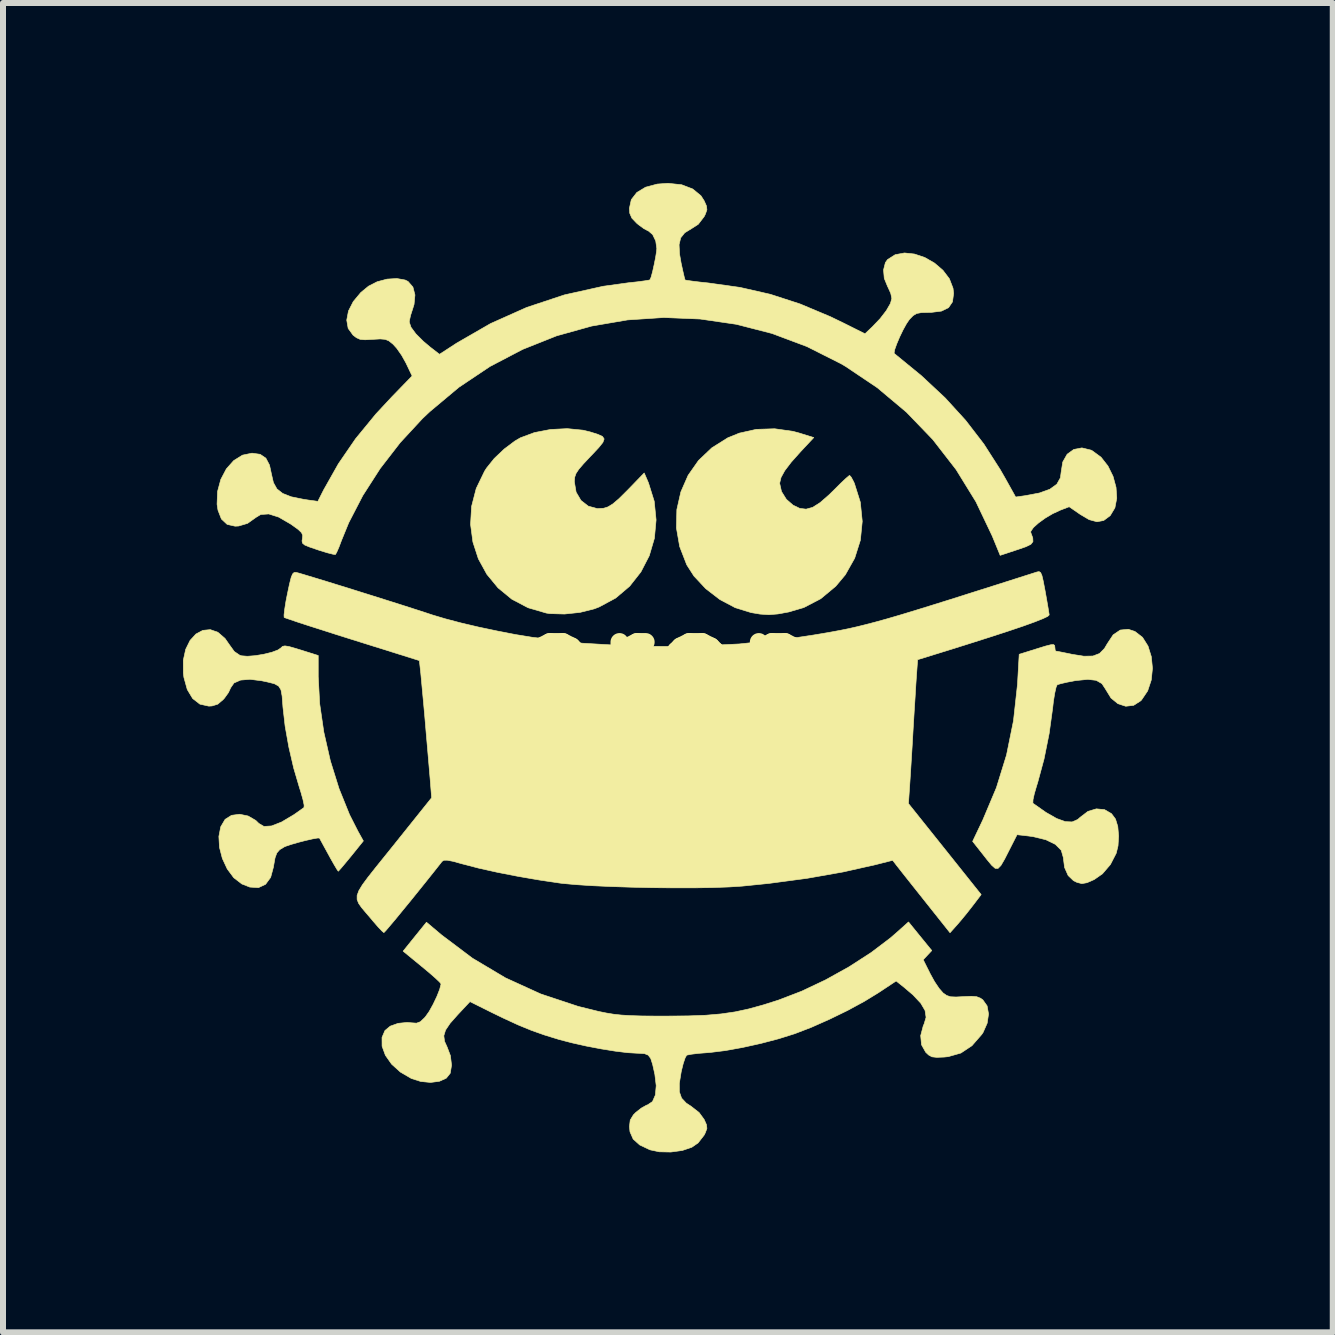
<source format=kicad_pcb>
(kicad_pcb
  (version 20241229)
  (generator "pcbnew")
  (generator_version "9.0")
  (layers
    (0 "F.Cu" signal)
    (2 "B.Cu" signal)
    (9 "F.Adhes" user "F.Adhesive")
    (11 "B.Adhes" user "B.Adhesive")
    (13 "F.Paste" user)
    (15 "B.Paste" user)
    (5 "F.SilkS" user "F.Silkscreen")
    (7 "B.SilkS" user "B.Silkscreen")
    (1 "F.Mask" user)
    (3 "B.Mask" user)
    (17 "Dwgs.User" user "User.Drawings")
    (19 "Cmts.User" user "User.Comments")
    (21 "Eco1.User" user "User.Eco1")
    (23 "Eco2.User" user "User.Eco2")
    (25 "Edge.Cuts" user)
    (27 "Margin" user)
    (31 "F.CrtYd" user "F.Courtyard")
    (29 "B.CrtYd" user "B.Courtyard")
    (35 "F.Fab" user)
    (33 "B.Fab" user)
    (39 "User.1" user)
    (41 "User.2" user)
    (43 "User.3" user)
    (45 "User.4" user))
  (footprint "corona"
    (layer "F.Cu")
    (at 8.11 7.978)
    (property "Reference" "corona" (at 0 0 0) (layer "F.SilkS") (effects (font (size 1.524 1.524) (thickness 0.3))))
    (attr through_hole)
    (fp_poly (pts (xy 2.056 -3.839) (xy 2.163 -3.81) (xy 2.403 -3.735) (xy 2.186 -3.503) (xy 2.027 -3.325) (xy 1.919 -3.183) (xy 1.857 -3.07) (xy 1.835 -2.978) (xy 1.835 -2.97) (xy 1.865 -2.836) (xy 1.946 -2.706) (xy 2.057 -2.609) (xy 2.169 -2.555) (xy 2.275 -2.542) (xy 2.385 -2.572) (xy 2.509 -2.651) (xy 2.658 -2.781) (xy 2.751 -2.872) (xy 2.853 -2.974) (xy 2.937 -3.053) (xy 2.99 -3.098) (xy 3.001 -3.104) (xy 3.027 -3.075) (xy 3.066 -3.002) (xy 3.08 -2.972) (xy 3.179 -2.658) (xy 3.211 -2.339) (xy 3.18 -2.025) (xy 3.085 -1.725) (xy 2.929 -1.448) (xy 2.769 -1.257) (xy 2.519 -1.049) (xy 2.239 -0.903) (xy 1.985 -0.828) (xy 1.803 -0.795) (xy 1.655 -0.783) (xy 1.507 -0.793) (xy 1.359 -0.818) (xy 1.095 -0.899) (xy 0.837 -1.036) (xy 0.602 -1.217) (xy 0.406 -1.427) (xy 0.286 -1.614) (xy 0.168 -1.919) (xy 0.114 -2.229) (xy 0.121 -2.535) (xy 0.188 -2.83) (xy 0.309 -3.106) (xy 0.482 -3.353) (xy 0.704 -3.564) (xy 0.97 -3.731) (xy 1.162 -3.809) (xy 1.445 -3.872) (xy 1.751 -3.882) (xy 2.056 -3.839)) (stroke (width 0.01) (type solid)) (fill yes) (layer "F.SilkS"))
    (fp_poly (pts (xy -1.442 -3.858) (xy -1.323 -3.829) (xy -1.196 -3.789) (xy -1.119 -3.754) (xy -1.091 -3.712) (xy -1.112 -3.654) (xy -1.181 -3.568) (xy -1.299 -3.442) (xy -1.316 -3.425) (xy -1.436 -3.297) (xy -1.514 -3.206) (xy -1.56 -3.136) (xy -1.581 -3.076) (xy -1.587 -3.01) (xy -1.587 -2.996) (xy -1.558 -2.825) (xy -1.477 -2.687) (xy -1.355 -2.592) (xy -1.204 -2.551) (xy -1.099 -2.557) (xy -1.026 -2.58) (xy -0.945 -2.63) (xy -0.845 -2.715) (xy -0.713 -2.846) (xy -0.697 -2.862) (xy -0.423 -3.145) (xy -0.352 -2.98) (xy -0.256 -2.673) (xy -0.225 -2.362) (xy -0.253 -2.057) (xy -0.339 -1.765) (xy -0.478 -1.496) (xy -0.665 -1.258) (xy -0.899 -1.06) (xy -1.174 -0.912) (xy -1.257 -0.88) (xy -1.494 -0.821) (xy -1.751 -0.794) (xy -1.993 -0.801) (xy -2.054 -0.81) (xy -2.359 -0.899) (xy -2.629 -1.041) (xy -2.859 -1.23) (xy -3.046 -1.457) (xy -3.187 -1.714) (xy -3.278 -1.994) (xy -3.317 -2.288) (xy -3.3 -2.588) (xy -3.223 -2.886) (xy -3.084 -3.174) (xy -3.051 -3.226) (xy -2.922 -3.387) (xy -2.755 -3.545) (xy -2.578 -3.678) (xy -2.487 -3.731) (xy -2.254 -3.818) (xy -1.985 -3.87) (xy -1.705 -3.884) (xy -1.442 -3.858)) (stroke (width 0.01) (type solid)) (fill yes) (layer "F.SilkS"))
    (fp_poly (pts (xy 7.755 -0.504) (xy 7.882 -0.406) (xy 7.974 -0.26) (xy 8.029 -0.083) (xy 8.048 0.111) (xy 8.028 0.306) (xy 7.968 0.487) (xy 7.866 0.638) (xy 7.853 0.652) (xy 7.734 0.728) (xy 7.603 0.743) (xy 7.473 0.701) (xy 7.357 0.606) (xy 7.269 0.463) (xy 7.268 0.461) (xy 7.206 0.366) (xy 7.11 0.311) (xy 6.971 0.295) (xy 6.779 0.314) (xy 6.758 0.317) (xy 6.627 0.342) (xy 6.522 0.366) (xy 6.463 0.384) (xy 6.46 0.385) (xy 6.441 0.429) (xy 6.419 0.526) (xy 6.397 0.663) (xy 6.384 0.778) (xy 6.326 1.199) (xy 6.241 1.622) (xy 6.135 2.014) (xy 6.116 2.074) (xy 6.079 2.201) (xy 6.057 2.301) (xy 6.055 2.356) (xy 6.057 2.361) (xy 6.274 2.513) (xy 6.451 2.614) (xy 6.594 2.666) (xy 6.709 2.671) (xy 6.803 2.63) (xy 6.843 2.594) (xy 6.973 2.495) (xy 7.113 2.453) (xy 7.249 2.466) (xy 7.365 2.533) (xy 7.432 2.623) (xy 7.47 2.747) (xy 7.484 2.907) (xy 7.474 3.07) (xy 7.444 3.193) (xy 7.347 3.381) (xy 7.215 3.535) (xy 7.076 3.632) (xy 6.957 3.684) (xy 6.871 3.699) (xy 6.791 3.679) (xy 6.733 3.651) (xy 6.643 3.565) (xy 6.583 3.43) (xy 6.562 3.264) (xy 6.562 3.263) (xy 6.528 3.144) (xy 6.43 3.045) (xy 6.272 2.968) (xy 6.058 2.916) (xy 5.985 2.906) (xy 5.791 2.884) (xy 5.668 3.126) (xy 5.584 3.291) (xy 5.523 3.396) (xy 5.474 3.446) (xy 5.426 3.444) (xy 5.368 3.393) (xy 5.288 3.296) (xy 5.249 3.246) (xy 5.051 2.995) (xy 5.222 2.635) (xy 5.447 2.101) (xy 5.616 1.555) (xy 5.732 0.984) (xy 5.799 0.373) (xy 5.804 0.282) (xy 5.827 -0.123) (xy 6.124 -0.216) (xy 6.266 -0.26) (xy 6.353 -0.282) (xy 6.399 -0.285) (xy 6.418 -0.27) (xy 6.421 -0.243) (xy 6.427 -0.188) (xy 6.436 -0.176) (xy 6.475 -0.17) (xy 6.565 -0.152) (xy 6.688 -0.127) (xy 6.704 -0.123) (xy 6.905 -0.091) (xy 7.055 -0.094) (xy 7.166 -0.136) (xy 7.249 -0.221) (xy 7.296 -0.301) (xy 7.393 -0.447) (xy 7.511 -0.527) (xy 7.645 -0.54) (xy 7.755 -0.504)) (stroke (width 0.01) (type solid)) (fill yes) (layer "F.SilkS"))
    (fp_poly (pts (xy -7.529 -0.49) (xy -7.409 -0.386) (xy -7.338 -0.284) (xy -7.255 -0.169) (xy -7.165 -0.108) (xy -7.135 -0.098) (xy -7.037 -0.09) (xy -6.906 -0.1) (xy -6.762 -0.124) (xy -6.628 -0.157) (xy -6.525 -0.196) (xy -6.477 -0.23) (xy -6.451 -0.255) (xy -6.411 -0.263) (xy -6.342 -0.252) (xy -6.23 -0.22) (xy -6.146 -0.194) (xy -5.856 -0.103) (xy -5.856 0.253) (xy -5.832 0.701) (xy -5.763 1.174) (xy -5.654 1.653) (xy -5.509 2.117) (xy -5.335 2.548) (xy -5.194 2.826) (xy -5.104 2.988) (xy -5.307 3.24) (xy -5.398 3.35) (xy -5.47 3.436) (xy -5.514 3.485) (xy -5.522 3.493) (xy -5.543 3.464) (xy -5.589 3.387) (xy -5.652 3.276) (xy -5.683 3.219) (xy -5.75 3.097) (xy -5.802 3.001) (xy -5.832 2.947) (xy -5.836 2.939) (xy -5.872 2.94) (xy -5.956 2.955) (xy -6.069 2.981) (xy -6.193 3.013) (xy -6.307 3.046) (xy -6.393 3.075) (xy -6.42 3.086) (xy -6.498 3.133) (xy -6.546 3.188) (xy -6.576 3.27) (xy -6.599 3.399) (xy -6.602 3.421) (xy -6.649 3.595) (xy -6.734 3.711) (xy -6.852 3.766) (xy -6.997 3.757) (xy -7.129 3.705) (xy -7.264 3.601) (xy -7.373 3.454) (xy -7.454 3.28) (xy -7.502 3.095) (xy -7.512 2.913) (xy -7.481 2.752) (xy -7.408 2.628) (xy -7.301 2.561) (xy -7.166 2.543) (xy -7.025 2.572) (xy -6.897 2.646) (xy -6.846 2.696) (xy -6.761 2.746) (xy -6.634 2.738) (xy -6.468 2.673) (xy -6.261 2.55) (xy -6.093 2.431) (xy -6.091 2.391) (xy -6.11 2.3) (xy -6.145 2.175) (xy -6.17 2.096) (xy -6.265 1.774) (xy -6.346 1.424) (xy -6.408 1.075) (xy -6.444 0.757) (xy -6.446 0.73) (xy -6.458 0.573) (xy -6.477 0.47) (xy -6.516 0.407) (xy -6.589 0.367) (xy -6.71 0.337) (xy -6.801 0.318) (xy -6.994 0.294) (xy -7.15 0.307) (xy -7.26 0.355) (xy -7.316 0.436) (xy -7.316 0.437) (xy -7.353 0.516) (xy -7.42 0.609) (xy -7.44 0.631) (xy -7.53 0.708) (xy -7.626 0.738) (xy -7.68 0.741) (xy -7.828 0.708) (xy -7.949 0.614) (xy -8.039 0.464) (xy -8.095 0.262) (xy -8.104 0.191) (xy -8.105 -0.023) (xy -8.065 -0.206) (xy -7.992 -0.354) (xy -7.894 -0.461) (xy -7.779 -0.522) (xy -7.655 -0.534) (xy -7.529 -0.49)) (stroke (width 0.01) (type solid)) (fill yes) (layer "F.SilkS"))
    (fp_poly (pts (xy 6.184 -1.485) (xy 6.206 -1.435) (xy 6.228 -1.341) (xy 6.257 -1.19) (xy 6.26 -1.174) (xy 6.287 -1.021) (xy 6.309 -0.893) (xy 6.323 -0.805) (xy 6.327 -0.779) (xy 6.302 -0.755) (xy 6.222 -0.717) (xy 6.086 -0.663) (xy 5.892 -0.593) (xy 5.637 -0.507) (xy 5.32 -0.404) (xy 4.939 -0.283) (xy 4.493 -0.144) (xy 4.422 -0.122) (xy 4.134 -0.033) (xy 4.113 0.257) (xy 4.104 0.393) (xy 4.093 0.58) (xy 4.079 0.798) (xy 4.065 1.028) (xy 4.057 1.164) (xy 4.044 1.392) (xy 4.03 1.62) (xy 4.017 1.829) (xy 4.006 1.998) (xy 4.001 2.073) (xy 3.981 2.365) (xy 4.587 3.123) (xy 5.193 3.882) (xy 5.053 4.066) (xy 4.956 4.19) (xy 4.854 4.314) (xy 4.793 4.385) (xy 4.674 4.518) (xy 4.251 3.986) (xy 4.115 3.815) (xy 3.992 3.66) (xy 3.888 3.529) (xy 3.813 3.433) (xy 3.773 3.383) (xy 3.773 3.382) (xy 3.718 3.311) (xy 3.438 3.382) (xy 2.891 3.505) (xy 2.291 3.611) (xy 1.653 3.696) (xy 1.21 3.741) (xy 0.993 3.755) (xy 0.721 3.765) (xy 0.409 3.77) (xy 0.07 3.77) (xy -0.283 3.767) (xy -0.636 3.759) (xy -0.976 3.748) (xy -1.289 3.734) (xy -1.563 3.716) (xy -1.783 3.696) (xy -1.831 3.69) (xy -2.173 3.639) (xy -2.526 3.578) (xy -2.869 3.511) (xy -3.183 3.441) (xy -3.448 3.372) (xy -3.457 3.37) (xy -3.608 3.328) (xy -3.706 3.309) (xy -3.763 3.31) (xy -3.792 3.329) (xy -3.908 3.476) (xy -4.038 3.639) (xy -4.176 3.811) (xy -4.314 3.982) (xy -4.446 4.143) (xy -4.563 4.286) (xy -4.66 4.401) (xy -4.728 4.481) (xy -4.761 4.515) (xy -4.762 4.516) (xy -4.793 4.49) (xy -4.857 4.423) (xy -4.942 4.325) (xy -4.976 4.284) (xy -5.065 4.18) (xy -5.134 4.098) (xy -5.183 4.028) (xy -5.208 3.964) (xy -5.208 3.896) (xy -5.179 3.817) (xy -5.119 3.718) (xy -5.026 3.592) (xy -4.898 3.43) (xy -4.732 3.224) (xy -4.616 3.08) (xy -3.966 2.268) (xy -3.991 1.954) (xy -4.011 1.72) (xy -4.033 1.464) (xy -4.056 1.2) (xy -4.078 0.94) (xy -4.1 0.696) (xy -4.12 0.482) (xy -4.136 0.31) (xy -4.147 0.193) (xy -4.149 0.176) (xy -4.17 -0.018) (xy -5.287 -0.368) (xy -5.554 -0.452) (xy -5.8 -0.531) (xy -6.017 -0.6) (xy -6.195 -0.658) (xy -6.327 -0.703) (xy -6.406 -0.73) (xy -6.424 -0.738) (xy -6.426 -0.779) (xy -6.415 -0.874) (xy -6.394 -1.007) (xy -6.37 -1.129) (xy -6.335 -1.294) (xy -6.308 -1.401) (xy -6.284 -1.461) (xy -6.258 -1.486) (xy -6.225 -1.488) (xy -6.175 -1.475) (xy -6.068 -1.443) (xy -5.912 -1.396) (xy -5.718 -1.337) (xy -5.495 -1.268) (xy -5.254 -1.193) (xy -5.002 -1.114) (xy -4.751 -1.035) (xy -4.51 -0.959) (xy -4.289 -0.888) (xy -4.096 -0.826) (xy -3.948 -0.777) (xy -3.737 -0.714) (xy -3.475 -0.645) (xy -3.181 -0.576) (xy -2.872 -0.511) (xy -2.569 -0.452) (xy -2.293 -0.407) (xy -1.458 -0.308) (xy -0.592 -0.257) (xy 0.287 -0.253) (xy 1.16 -0.295) (xy 2.008 -0.385) (xy 2.399 -0.444) (xy 2.561 -0.471) (xy 2.709 -0.497) (xy 2.849 -0.523) (xy 2.987 -0.551) (xy 3.128 -0.583) (xy 3.277 -0.62) (xy 3.441 -0.663) (xy 3.625 -0.714) (xy 3.834 -0.775) (xy 4.075 -0.848) (xy 4.353 -0.934) (xy 4.673 -1.034) (xy 5.042 -1.151) (xy 5.465 -1.285) (xy 5.948 -1.439) (xy 6.124 -1.495) (xy 6.158 -1.501) (xy 6.184 -1.485)) (stroke (width 0.01) (type solid)) (fill yes) (layer "F.SilkS"))
    (fp_poly (pts (xy 4.176 4.577) (xy 4.37 4.815) (xy 4.298 4.892) (xy 4.227 4.968) (xy 4.345 5.204) (xy 4.416 5.333) (xy 4.492 5.446) (xy 4.556 5.519) (xy 4.557 5.521) (xy 4.617 5.563) (xy 4.681 5.585) (xy 4.774 5.589) (xy 4.892 5.583) (xy 5.029 5.577) (xy 5.118 5.584) (xy 5.182 5.609) (xy 5.221 5.637) (xy 5.292 5.737) (xy 5.316 5.872) (xy 5.293 6.026) (xy 5.225 6.18) (xy 5.202 6.214) (xy 5.039 6.401) (xy 4.855 6.523) (xy 4.644 6.583) (xy 4.577 6.59) (xy 4.452 6.595) (xy 4.373 6.586) (xy 4.318 6.556) (xy 4.269 6.51) (xy 4.199 6.385) (xy 4.185 6.233) (xy 4.228 6.069) (xy 4.242 6.039) (xy 4.275 5.928) (xy 4.258 5.814) (xy 4.187 5.693) (xy 4.059 5.556) (xy 3.908 5.427) (xy 3.776 5.322) (xy 3.482 5.517) (xy 3.247 5.661) (xy 2.967 5.813) (xy 2.665 5.96) (xy 2.363 6.094) (xy 2.085 6.201) (xy 2.079 6.203) (xy 1.814 6.286) (xy 1.52 6.363) (xy 1.217 6.43) (xy 0.929 6.482) (xy 0.679 6.513) (xy 0.63 6.517) (xy 0.487 6.528) (xy 0.369 6.542) (xy 0.296 6.556) (xy 0.284 6.56) (xy 0.259 6.604) (xy 0.227 6.699) (xy 0.196 6.824) (xy 0.193 6.839) (xy 0.162 7.03) (xy 0.163 7.17) (xy 0.2 7.275) (xy 0.278 7.358) (xy 0.355 7.408) (xy 0.492 7.515) (xy 0.576 7.63) (xy 0.615 7.718) (xy 0.622 7.78) (xy 0.595 7.853) (xy 0.576 7.891) (xy 0.475 8.021) (xy 0.371 8.093) (xy 0.212 8.147) (xy 0.02 8.173) (xy -0.172 8.169) (xy -0.327 8.136) (xy -0.498 8.055) (xy -0.607 7.957) (xy -0.66 7.836) (xy -0.669 7.749) (xy -0.656 7.64) (xy -0.603 7.553) (xy -0.56 7.51) (xy -0.47 7.44) (xy -0.384 7.392) (xy -0.367 7.387) (xy -0.285 7.332) (xy -0.237 7.223) (xy -0.223 7.067) (xy -0.246 6.875) (xy -0.247 6.872) (xy -0.282 6.715) (xy -0.314 6.614) (xy -0.356 6.558) (xy -0.418 6.533) (xy -0.511 6.527) (xy -0.543 6.526) (xy -0.699 6.517) (xy -0.903 6.492) (xy -1.139 6.454) (xy -1.386 6.407) (xy -1.627 6.353) (xy -1.843 6.297) (xy -1.852 6.294) (xy -2.089 6.221) (xy -2.306 6.144) (xy -2.525 6.054) (xy -2.768 5.942) (xy -2.96 5.849) (xy -3.327 5.666) (xy -3.532 5.885) (xy -3.658 6.027) (xy -3.734 6.14) (xy -3.763 6.235) (xy -3.751 6.328) (xy -3.709 6.42) (xy -3.653 6.567) (xy -3.634 6.725) (xy -3.656 6.86) (xy -3.722 6.942) (xy -3.837 6.994) (xy -3.984 7.013) (xy -4.147 6.997) (xy -4.304 6.947) (xy -4.487 6.84) (xy -4.633 6.708) (xy -4.737 6.56) (xy -4.792 6.409) (xy -4.793 6.263) (xy -4.744 6.148) (xy -4.656 6.075) (xy -4.525 6.028) (xy -4.376 6.013) (xy -4.303 6.019) (xy -4.218 6.025) (xy -4.155 6.002) (xy -4.085 5.936) (xy -4.067 5.915) (xy -4.007 5.83) (xy -3.941 5.711) (xy -3.879 5.581) (xy -3.832 5.462) (xy -3.81 5.377) (xy -3.81 5.369) (xy -3.836 5.337) (xy -3.906 5.271) (xy -4.009 5.181) (xy -4.126 5.084) (xy -4.441 4.825) (xy -4.247 4.584) (xy -4.052 4.343) (xy -3.799 4.556) (xy -3.285 4.943) (xy -2.734 5.271) (xy -2.146 5.539) (xy -1.522 5.746) (xy -1.182 5.83) (xy -1.054 5.856) (xy -0.932 5.876) (xy -0.803 5.89) (xy -0.654 5.899) (xy -0.471 5.905) (xy -0.242 5.907) (xy -0.035 5.907) (xy 0.311 5.904) (xy 0.603 5.893) (xy 0.858 5.871) (xy 1.092 5.837) (xy 1.323 5.787) (xy 1.565 5.72) (xy 1.817 5.64) (xy 2.202 5.492) (xy 2.601 5.303) (xy 2.993 5.085) (xy 3.36 4.848) (xy 3.683 4.603) (xy 3.781 4.518) (xy 3.982 4.338) (xy 4.176 4.577)) (stroke (width 0.01) (type solid)) (fill yes) (layer "F.SilkS"))
    (fp_poly (pts (xy 0.201 -7.949) (xy 0.386 -7.878) (xy 0.522 -7.766) (xy 0.576 -7.682) (xy 0.615 -7.594) (xy 0.622 -7.531) (xy 0.596 -7.458) (xy 0.576 -7.418) (xy 0.478 -7.29) (xy 0.361 -7.215) (xy 0.252 -7.148) (xy 0.185 -7.064) (xy 0.158 -6.95) (xy 0.166 -6.794) (xy 0.192 -6.644) (xy 0.22 -6.515) (xy 0.243 -6.416) (xy 0.257 -6.365) (xy 0.259 -6.361) (xy 0.296 -6.354) (xy 0.389 -6.341) (xy 0.521 -6.325) (xy 0.637 -6.313) (xy 1.173 -6.238) (xy 1.679 -6.123) (xy 2.175 -5.962) (xy 2.68 -5.75) (xy 2.907 -5.64) (xy 3.257 -5.465) (xy 3.379 -5.581) (xy 3.509 -5.717) (xy 3.613 -5.852) (xy 3.681 -5.97) (xy 3.704 -6.055) (xy 3.686 -6.139) (xy 3.641 -6.239) (xy 3.634 -6.252) (xy 3.578 -6.389) (xy 3.566 -6.53) (xy 3.597 -6.652) (xy 3.633 -6.702) (xy 3.76 -6.783) (xy 3.914 -6.812) (xy 4.082 -6.794) (xy 4.254 -6.736) (xy 4.416 -6.643) (xy 4.556 -6.523) (xy 4.663 -6.382) (xy 4.724 -6.224) (xy 4.734 -6.138) (xy 4.715 -5.997) (xy 4.649 -5.9) (xy 4.532 -5.843) (xy 4.358 -5.821) (xy 4.323 -5.821) (xy 4.197 -5.818) (xy 4.117 -5.803) (xy 4.059 -5.768) (xy 3.997 -5.704) (xy 3.949 -5.634) (xy 3.892 -5.531) (xy 3.835 -5.413) (xy 3.786 -5.297) (xy 3.752 -5.202) (xy 3.742 -5.144) (xy 3.745 -5.136) (xy 4.198 -4.765) (xy 4.591 -4.398) (xy 4.934 -4.022) (xy 5.238 -3.627) (xy 5.51 -3.202) (xy 5.594 -3.056) (xy 5.768 -2.744) (xy 5.923 -2.766) (xy 6.163 -2.811) (xy 6.338 -2.874) (xy 6.454 -2.958) (xy 6.514 -3.065) (xy 6.526 -3.158) (xy 6.553 -3.328) (xy 6.626 -3.457) (xy 6.736 -3.537) (xy 6.872 -3.563) (xy 7.024 -3.526) (xy 7.048 -3.513) (xy 7.191 -3.408) (xy 7.306 -3.261) (xy 7.391 -3.089) (xy 7.441 -2.905) (xy 7.453 -2.725) (xy 7.422 -2.564) (xy 7.345 -2.436) (xy 7.34 -2.431) (xy 7.235 -2.353) (xy 7.123 -2.332) (xy 6.993 -2.367) (xy 6.844 -2.455) (xy 6.66 -2.582) (xy 6.511 -2.525) (xy 6.386 -2.467) (xy 6.261 -2.393) (xy 6.149 -2.312) (xy 6.064 -2.236) (xy 6.021 -2.174) (xy 6.02 -2.152) (xy 6.053 -2.062) (xy 6.056 -2.001) (xy 6.021 -1.956) (xy 5.939 -1.916) (xy 5.798 -1.867) (xy 5.791 -1.865) (xy 5.51 -1.772) (xy 5.378 -2.094) (xy 5.106 -2.665) (xy 4.775 -3.202) (xy 4.387 -3.702) (xy 3.948 -4.158) (xy 3.462 -4.566) (xy 2.935 -4.92) (xy 2.853 -4.968) (xy 2.289 -5.252) (xy 1.707 -5.47) (xy 1.112 -5.623) (xy 0.509 -5.711) (xy -0.097 -5.736) (xy -0.701 -5.696) (xy -1.297 -5.594) (xy -1.882 -5.431) (xy -2.449 -5.205) (xy -2.994 -4.92) (xy -3.511 -4.574) (xy -3.996 -4.168) (xy -4.118 -4.053) (xy -4.49 -3.651) (xy -4.824 -3.219) (xy -5.113 -2.769) (xy -5.348 -2.315) (xy -5.469 -2.019) (xy -5.512 -1.905) (xy -5.549 -1.821) (xy -5.57 -1.786) (xy -5.611 -1.791) (xy -5.702 -1.814) (xy -5.825 -1.851) (xy -5.866 -1.865) (xy -6.001 -1.911) (xy -6.081 -1.944) (xy -6.118 -1.975) (xy -6.126 -2.012) (xy -6.12 -2.051) (xy -6.115 -2.104) (xy -6.134 -2.15) (xy -6.189 -2.203) (xy -6.29 -2.276) (xy -6.316 -2.294) (xy -6.514 -2.409) (xy -6.68 -2.462) (xy -6.814 -2.453) (xy -6.889 -2.408) (xy -7.034 -2.305) (xy -7.183 -2.261) (xy -7.241 -2.258) (xy -7.374 -2.288) (xy -7.47 -2.378) (xy -7.527 -2.525) (xy -7.542 -2.624) (xy -7.534 -2.837) (xy -7.48 -3.037) (xy -7.388 -3.212) (xy -7.265 -3.351) (xy -7.119 -3.442) (xy -6.96 -3.475) (xy -6.824 -3.456) (xy -6.729 -3.392) (xy -6.668 -3.276) (xy -6.635 -3.123) (xy -6.603 -2.984) (xy -6.545 -2.88) (xy -6.449 -2.804) (xy -6.306 -2.748) (xy -6.106 -2.707) (xy -6.023 -2.694) (xy -5.862 -2.672) (xy -5.766 -2.862) (xy -5.52 -3.298) (xy -5.233 -3.716) (xy -4.894 -4.129) (xy -4.625 -4.418) (xy -4.291 -4.762) (xy -4.394 -4.978) (xy -4.466 -5.107) (xy -4.548 -5.224) (xy -4.609 -5.291) (xy -4.676 -5.345) (xy -4.739 -5.372) (xy -4.822 -5.379) (xy -4.946 -5.372) (xy -5.075 -5.365) (xy -5.158 -5.372) (xy -5.22 -5.4) (xy -5.276 -5.443) (xy -5.357 -5.555) (xy -5.381 -5.693) (xy -5.352 -5.845) (xy -5.272 -6.002) (xy -5.146 -6.153) (xy -5.017 -6.259) (xy -4.874 -6.332) (xy -4.709 -6.376) (xy -4.546 -6.386) (xy -4.407 -6.361) (xy -4.359 -6.337) (xy -4.278 -6.244) (xy -4.244 -6.112) (xy -4.259 -5.954) (xy -4.282 -5.88) (xy -4.317 -5.772) (xy -4.337 -5.681) (xy -4.339 -5.66) (xy -4.31 -5.574) (xy -4.229 -5.464) (xy -4.104 -5.339) (xy -3.99 -5.243) (xy -3.835 -5.123) (xy -3.549 -5.309) (xy -2.984 -5.635) (xy -2.382 -5.904) (xy -1.753 -6.113) (xy -1.106 -6.257) (xy -0.686 -6.315) (xy -0.538 -6.331) (xy -0.418 -6.347) (xy -0.344 -6.359) (xy -0.327 -6.365) (xy -0.308 -6.409) (xy -0.283 -6.501) (xy -0.257 -6.618) (xy -0.233 -6.738) (xy -0.217 -6.84) (xy -0.213 -6.886) (xy -0.231 -7.012) (xy -0.282 -7.118) (xy -0.353 -7.179) (xy -0.36 -7.181) (xy -0.428 -7.217) (xy -0.517 -7.282) (xy -0.549 -7.309) (xy -0.629 -7.393) (xy -0.664 -7.474) (xy -0.67 -7.555) (xy -0.638 -7.701) (xy -0.546 -7.82) (xy -0.4 -7.908) (xy -0.206 -7.96) (xy -0.026 -7.973) (xy 0.201 -7.949)) (stroke (width 0.01) (type solid)) (fill yes) (layer "F.SilkS")))
  (gr_rect
    (start -3 -3)
    (end 19.163 19.156)
    (stroke (width 0.1) (type default))
    (fill no)
    (layer "Edge.Cuts")))
</source>
